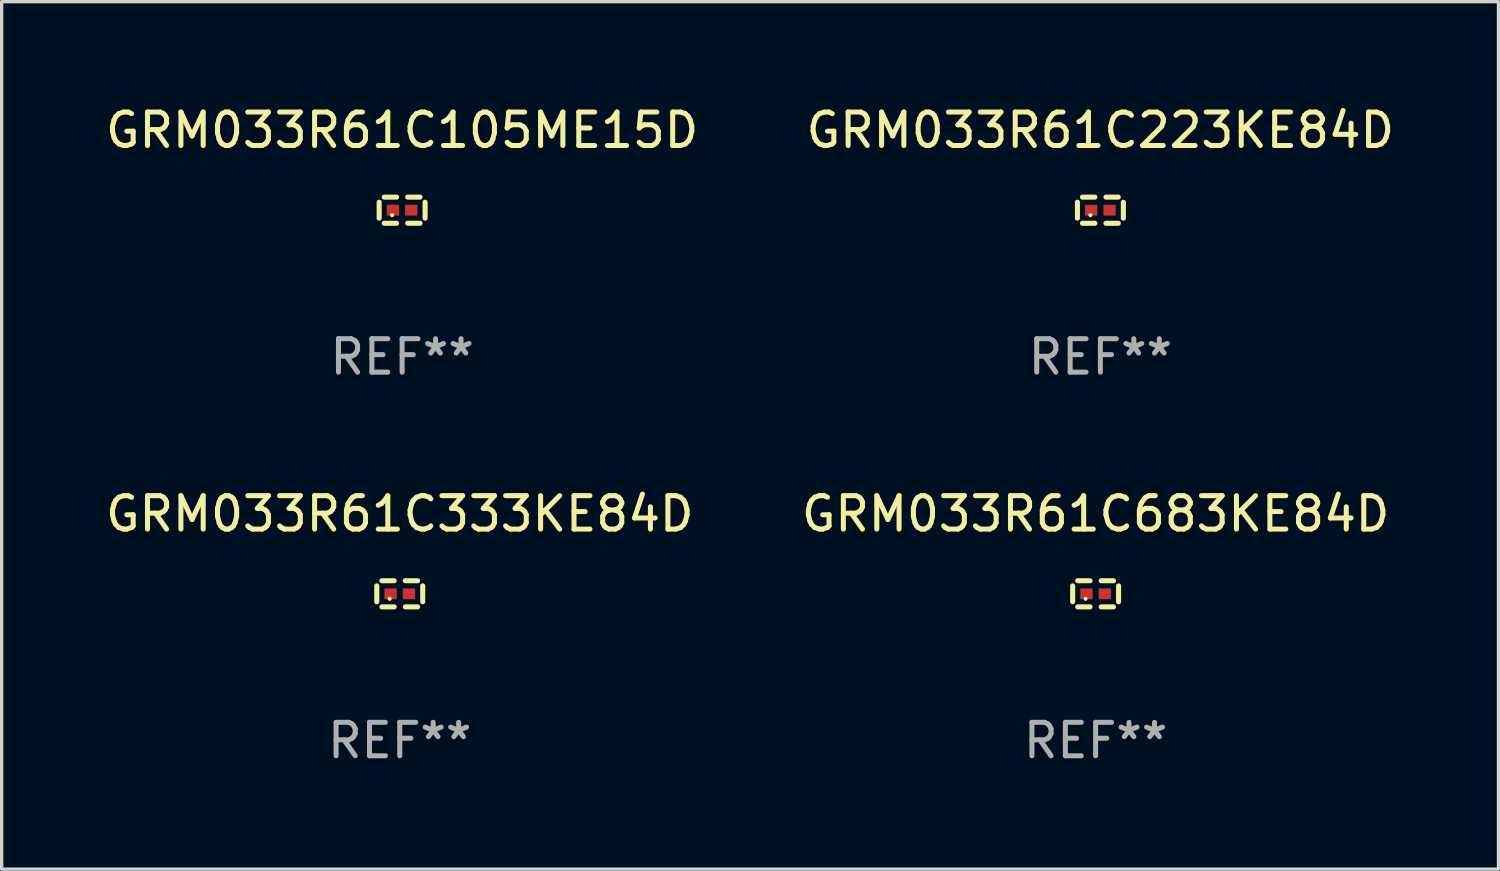
<source format=kicad_pcb>
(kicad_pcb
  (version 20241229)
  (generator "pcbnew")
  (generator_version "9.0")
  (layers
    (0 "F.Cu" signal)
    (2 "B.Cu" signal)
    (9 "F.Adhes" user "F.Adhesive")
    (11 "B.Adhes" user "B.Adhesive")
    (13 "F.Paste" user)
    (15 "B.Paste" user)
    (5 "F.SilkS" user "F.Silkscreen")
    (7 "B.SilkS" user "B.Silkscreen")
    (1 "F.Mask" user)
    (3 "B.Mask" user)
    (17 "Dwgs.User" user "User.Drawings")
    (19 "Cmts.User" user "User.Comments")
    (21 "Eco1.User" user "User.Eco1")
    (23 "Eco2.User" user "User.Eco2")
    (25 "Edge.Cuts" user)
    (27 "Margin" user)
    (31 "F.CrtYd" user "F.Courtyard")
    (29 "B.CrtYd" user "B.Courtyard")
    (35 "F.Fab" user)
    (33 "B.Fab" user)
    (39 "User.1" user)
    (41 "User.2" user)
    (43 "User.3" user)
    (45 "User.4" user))
  (footprint "GRM033R61C683KE84D"
    (layer "F.Cu")
    (at 29.732 14.717)
    (property "Reference" "GRM033R61C683KE84D" (at 0 -2.391 0) (layer "F.SilkS") (effects (font (size 1 1) (thickness 0.15))))
    (attr through_hole)
    (fp_line (start -0.687 0.238) (end -0.687 -0.238) (stroke (width 0.152) (type solid)) (layer "F.SilkS"))
    (fp_line (start -0.535 -0.391) (end -0.166 -0.391) (stroke (width 0.152) (type solid)) (layer "F.SilkS"))
    (fp_line (start -0.166 0.391) (end -0.535 0.391) (stroke (width 0.152) (type solid)) (layer "F.SilkS"))
    (fp_line (start 0.166 0.391) (end 0.535 0.391) (stroke (width 0.152) (type solid)) (layer "F.SilkS"))
    (fp_line (start 0.535 -0.391) (end 0.166 -0.391) (stroke (width 0.152) (type solid)) (layer "F.SilkS"))
    (fp_line (start 0.687 0.238) (end 0.687 -0.238) (stroke (width 0.152) (type solid)) (layer "F.SilkS"))
    (fp_circle (center -0.3 0.15) (end -0.27 0.15) (stroke (width 0.06) (type solid)) (fill no) (layer "F.SilkS"))
    (fp_text user "REF**" (at 0 4.391 0) (layer "F.Fab") (effects (font (size 1 1) (thickness 0.15))))
    (pad "1" smd rect (at -0.274 0) (size 0.368 0.324) (layers "F.Cu" "F.Mask" "F.Paste"))
    (pad "2" smd rect (at 0.274 0) (size 0.368 0.324) (layers "F.Cu" "F.Mask" "F.Paste")))
  (footprint "GRM033R61C105ME15D"
    (layer "F.Cu")
    (at 8.982 3.239)
    (property "Reference" "GRM033R61C105ME15D" (at 0 -2.391 0) (layer "F.SilkS") (effects (font (size 1 1) (thickness 0.15))))
    (attr through_hole)
    (fp_line (start -0.687 0.238) (end -0.687 -0.238) (stroke (width 0.152) (type solid)) (layer "F.SilkS"))
    (fp_line (start -0.535 -0.391) (end -0.166 -0.391) (stroke (width 0.152) (type solid)) (layer "F.SilkS"))
    (fp_line (start -0.166 0.391) (end -0.535 0.391) (stroke (width 0.152) (type solid)) (layer "F.SilkS"))
    (fp_line (start 0.166 0.391) (end 0.535 0.391) (stroke (width 0.152) (type solid)) (layer "F.SilkS"))
    (fp_line (start 0.535 -0.391) (end 0.166 -0.391) (stroke (width 0.152) (type solid)) (layer "F.SilkS"))
    (fp_line (start 0.687 0.238) (end 0.687 -0.238) (stroke (width 0.152) (type solid)) (layer "F.SilkS"))
    (fp_circle (center -0.3 0.15) (end -0.27 0.15) (stroke (width 0.06) (type solid)) (fill no) (layer "F.SilkS"))
    (fp_text user "REF**" (at 0 4.391 0) (layer "F.Fab") (effects (font (size 1 1) (thickness 0.15))))
    (pad "1" smd rect (at -0.274 0) (size 0.368 0.324) (layers "F.Cu" "F.Mask" "F.Paste"))
    (pad "2" smd rect (at 0.274 0) (size 0.368 0.324) (layers "F.Cu" "F.Mask" "F.Paste")))
  (footprint "GRM033R61C223KE84D"
    (layer "F.Cu")
    (at 29.875 3.239)
    (property "Reference" "GRM033R61C223KE84D" (at 0 -2.391 0) (layer "F.SilkS") (effects (font (size 1 1) (thickness 0.15))))
    (attr through_hole)
    (fp_line (start -0.687 0.238) (end -0.687 -0.238) (stroke (width 0.152) (type solid)) (layer "F.SilkS"))
    (fp_line (start -0.535 -0.391) (end -0.166 -0.391) (stroke (width 0.152) (type solid)) (layer "F.SilkS"))
    (fp_line (start -0.166 0.391) (end -0.535 0.391) (stroke (width 0.152) (type solid)) (layer "F.SilkS"))
    (fp_line (start 0.166 0.391) (end 0.535 0.391) (stroke (width 0.152) (type solid)) (layer "F.SilkS"))
    (fp_line (start 0.535 -0.391) (end 0.166 -0.391) (stroke (width 0.152) (type solid)) (layer "F.SilkS"))
    (fp_line (start 0.687 0.238) (end 0.687 -0.238) (stroke (width 0.152) (type solid)) (layer "F.SilkS"))
    (fp_circle (center -0.3 0.15) (end -0.27 0.15) (stroke (width 0.06) (type solid)) (fill no) (layer "F.SilkS"))
    (fp_text user "REF**" (at 0 4.391 0) (layer "F.Fab") (effects (font (size 1 1) (thickness 0.15))))
    (pad "1" smd rect (at -0.274 0) (size 0.368 0.324) (layers "F.Cu" "F.Mask" "F.Paste"))
    (pad "2" smd rect (at 0.274 0) (size 0.368 0.324) (layers "F.Cu" "F.Mask" "F.Paste")))
  (footprint "GRM033R61C333KE84D"
    (layer "F.Cu")
    (at 8.911 14.717)
    (property "Reference" "GRM033R61C333KE84D" (at 0 -2.391 0) (layer "F.SilkS") (effects (font (size 1 1) (thickness 0.15))))
    (attr through_hole)
    (fp_line (start -0.687 0.238) (end -0.687 -0.238) (stroke (width 0.152) (type solid)) (layer "F.SilkS"))
    (fp_line (start -0.535 -0.391) (end -0.166 -0.391) (stroke (width 0.152) (type solid)) (layer "F.SilkS"))
    (fp_line (start -0.166 0.391) (end -0.535 0.391) (stroke (width 0.152) (type solid)) (layer "F.SilkS"))
    (fp_line (start 0.166 0.391) (end 0.535 0.391) (stroke (width 0.152) (type solid)) (layer "F.SilkS"))
    (fp_line (start 0.535 -0.391) (end 0.166 -0.391) (stroke (width 0.152) (type solid)) (layer "F.SilkS"))
    (fp_line (start 0.687 0.238) (end 0.687 -0.238) (stroke (width 0.152) (type solid)) (layer "F.SilkS"))
    (fp_circle (center -0.3 0.15) (end -0.27 0.15) (stroke (width 0.06) (type solid)) (fill no) (layer "F.SilkS"))
    (fp_text user "REF**" (at 0 4.391 0) (layer "F.Fab") (effects (font (size 1 1) (thickness 0.15))))
    (pad "1" smd rect (at -0.274 0) (size 0.368 0.324) (layers "F.Cu" "F.Mask" "F.Paste"))
    (pad "2" smd rect (at 0.274 0) (size 0.368 0.324) (layers "F.Cu" "F.Mask" "F.Paste")))
  (gr_rect
    (start -3 -3)
    (end 41.786 22.955)
    (stroke (width 0.1) (type default))
    (fill no)
    (layer "Edge.Cuts")))
</source>
